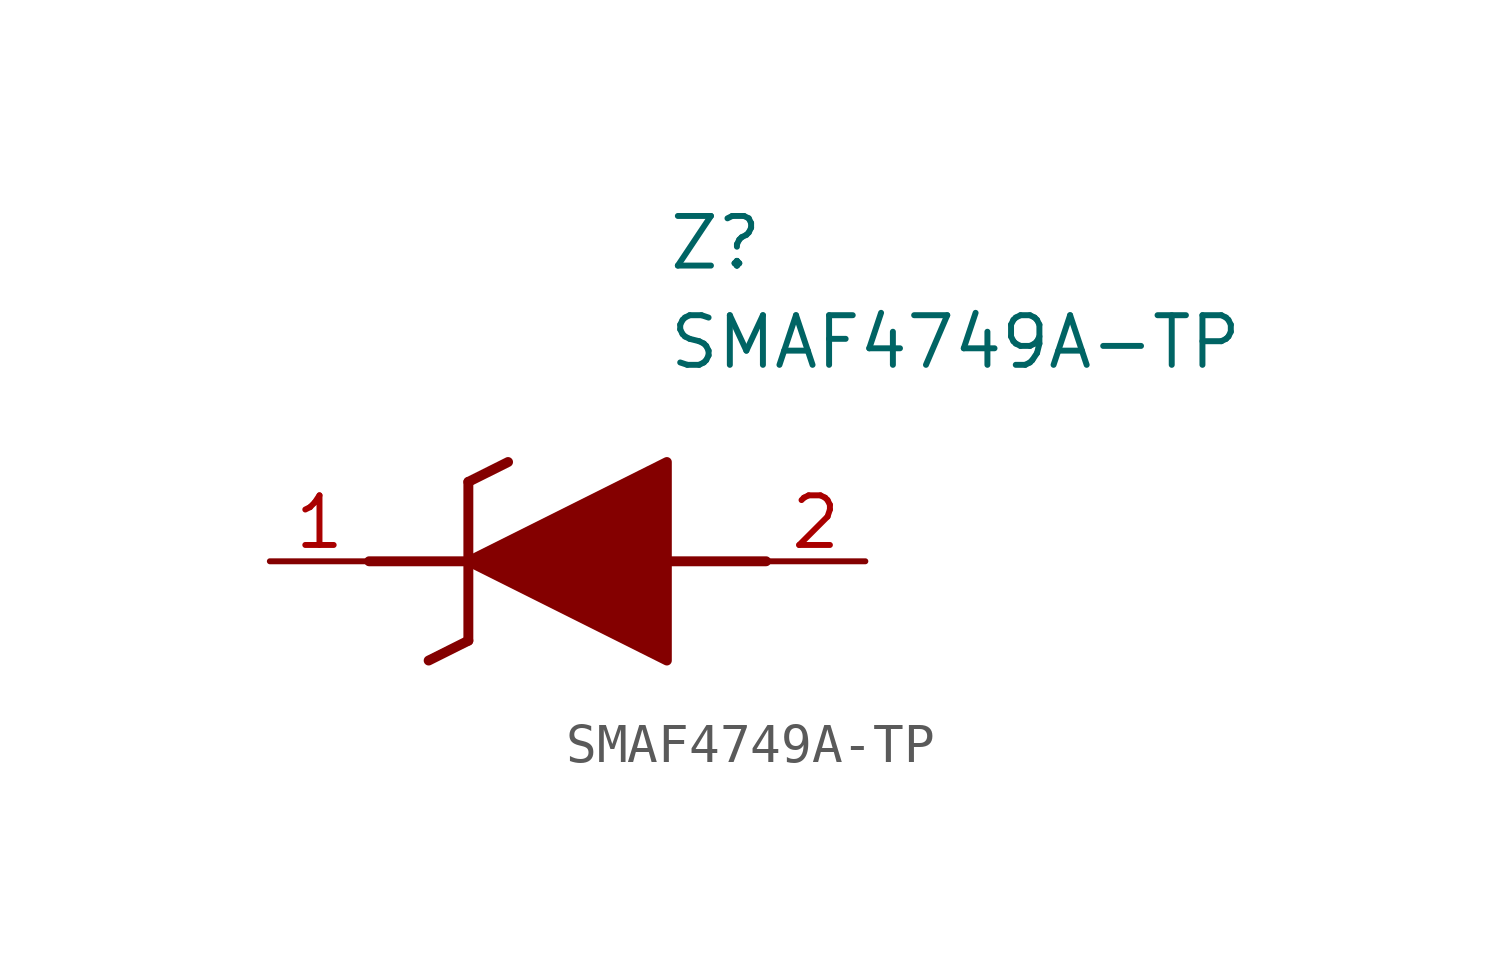
<source format=kicad_sym>
(kicad_symbol_lib
  (version 20211014)
  (generator SamacSys_ECAD_Model)
  (symbol "SMAF4749A-TP"
    (pin_names hide)
    (property "Reference" "Z"
      (at 10.16 8.89 0)
      (effects (font (size 1.27 1.27)) (justify left top)))
    (property "Value" "SMAF4749A-TP"
      (at 10.16 6.35 0)
      (effects (font (size 1.27 1.27)) (justify left top)))
    (polyline
      (pts (xy 5.08 2.032) (xy 5.08 -2.032))
      (stroke (width 0.254) (type default))
      (fill (type none)))
    (polyline
      (pts (xy 5.08 2.032) (xy 6.096 2.54))
      (stroke (width 0.254) (type default))
      (fill (type none)))
    (polyline
      (pts (xy 4.064 -2.54) (xy 5.08 -2.032))
      (stroke (width 0.254) (type default))
      (fill (type none)))
    (polyline
      (pts (xy 2.54 0) (xy 5.08 0))
      (stroke (width 0.254) (type default))
      (fill (type none)))
    (polyline
      (pts (xy 12.7 0) (xy 10.16 0))
      (stroke (width 0.254) (type default))
      (fill (type none)))
    (polyline
      (pts (xy 5.08 0) (xy 10.16 2.54) (xy 10.16 -2.54) (xy 5.08 0))
      (stroke (width 0.254) (type default))
      (fill (type outline)))
    (pin passive line
      (at 0 0 0)
      (length 2.54)
      (name "K" (effects (font (size 1.27 1.27))))
      (number "1" (effects (font (size 1.27 1.27)))))
    (pin passive line
      (at 15.24 0 180)
      (length 2.54)
      (name "A" (effects (font (size 1.27 1.27))))
      (number "2" (effects (font (size 1.27 1.27)))))))
</source>
